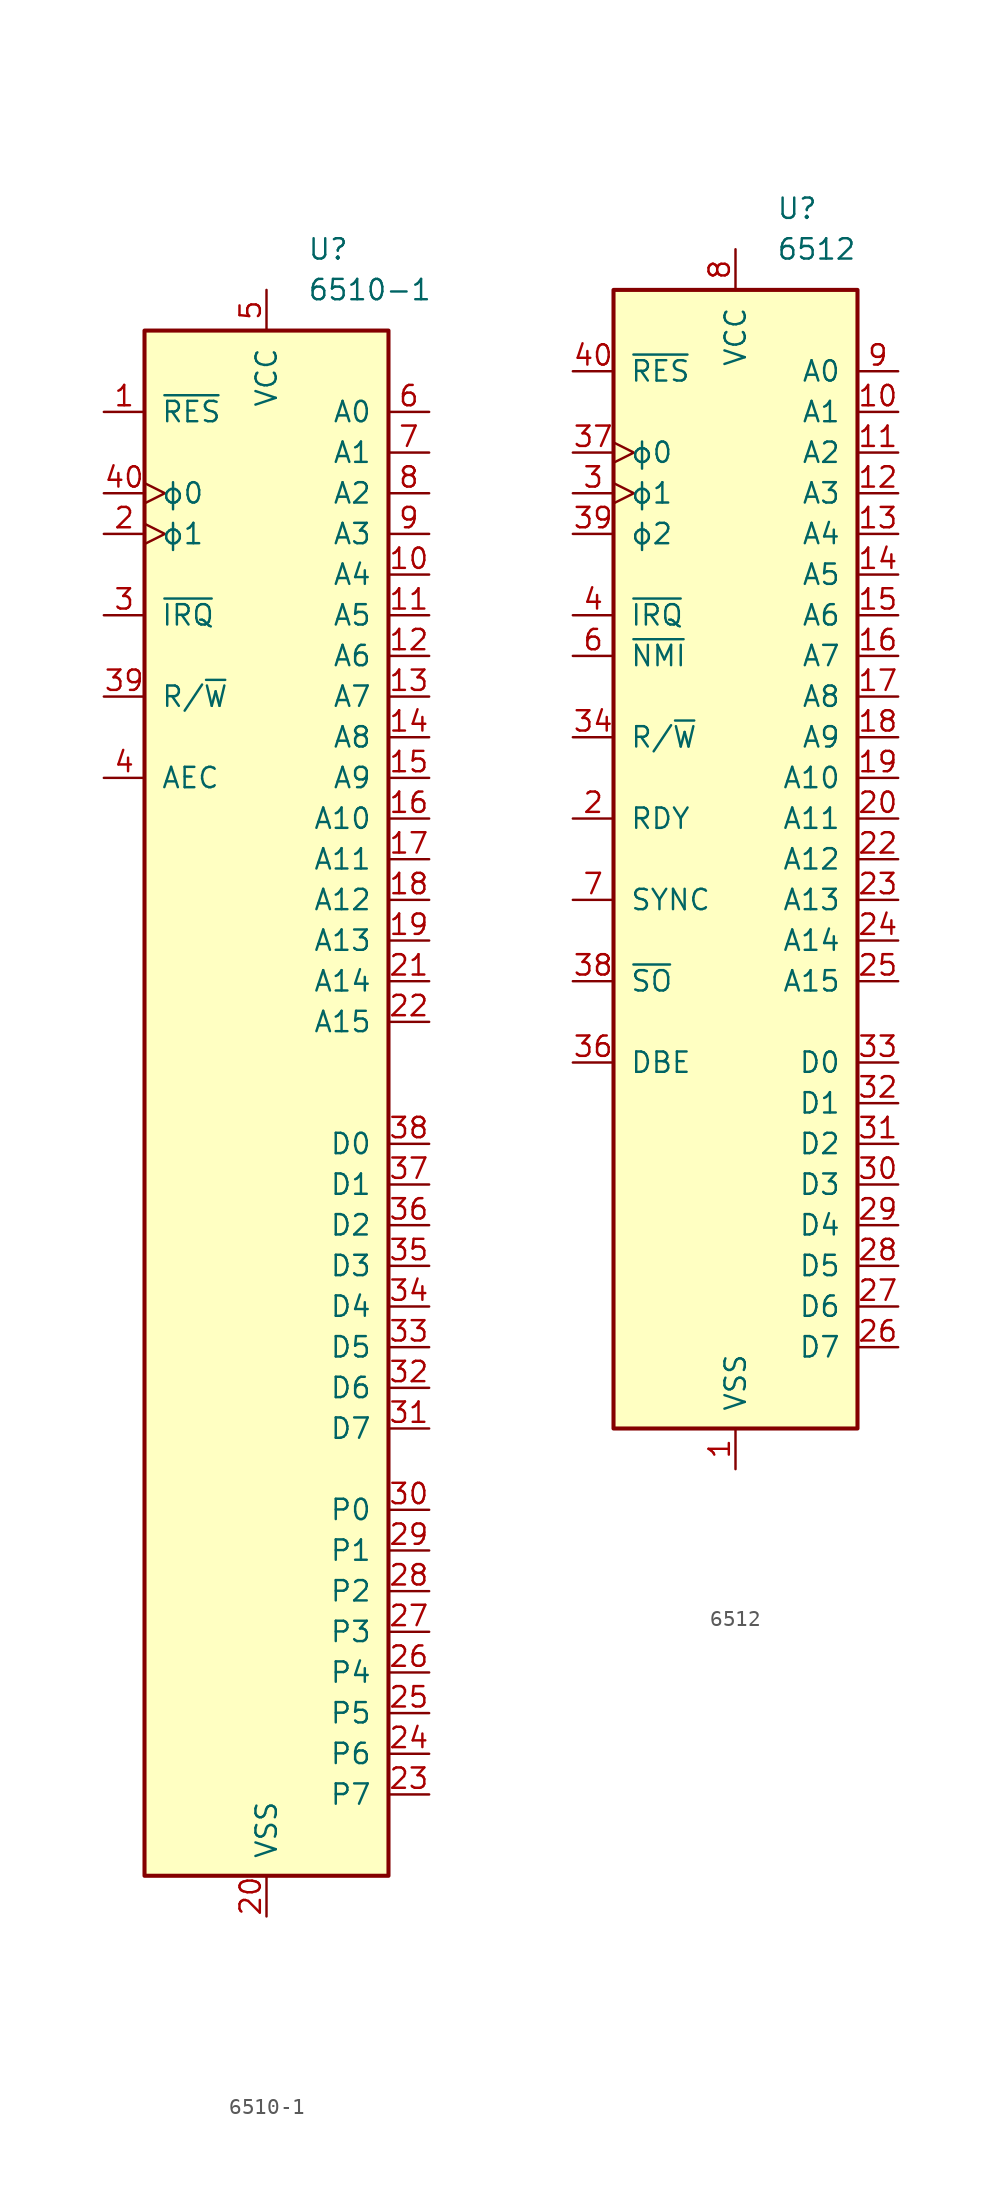
<source format=kicad_sym>
(kicad_symbol_lib
  (version 20211014)
  (generator kicad_symbol_editor)
  (symbol "6510-1"
    (pin_names
      (offset 1.016))
    (property "Reference" "U"
      (at 2.54 53.34 0)
      (effects (font (size 1.27 1.27)) (justify left)))
    (property "Value" "6510-1"
      (at 2.54 50.8 0)
      (effects (font (size 1.27 1.27)) (justify left)))
    (symbol "6510-1_0_1"
      (rectangle (start -7.62 48.26) (end 7.62 -48.26) (stroke (width 0.254) (type default) (color 0 0 0 0)) (fill (type background))))
    (symbol "6510-1_1_1"
      (pin input line (at -10.16 43.18 0) (length 2.54) (name "~{RES}" (effects (font (size 1.27 1.27)))) (number "1" (effects (font (size 1.27 1.27)))))
      (pin tri_state line (at 10.16 33.02 180) (length 2.54) (name "A4" (effects (font (size 1.27 1.27)))) (number "10" (effects (font (size 1.27 1.27)))))
      (pin tri_state line (at 10.16 30.48 180) (length 2.54) (name "A5" (effects (font (size 1.27 1.27)))) (number "11" (effects (font (size 1.27 1.27)))))
      (pin tri_state line (at 10.16 27.94 180) (length 2.54) (name "A6" (effects (font (size 1.27 1.27)))) (number "12" (effects (font (size 1.27 1.27)))))
      (pin tri_state line (at 10.16 25.4 180) (length 2.54) (name "A7" (effects (font (size 1.27 1.27)))) (number "13" (effects (font (size 1.27 1.27)))))
      (pin tri_state line (at 10.16 22.86 180) (length 2.54) (name "A8" (effects (font (size 1.27 1.27)))) (number "14" (effects (font (size 1.27 1.27)))))
      (pin tri_state line (at 10.16 20.32 180) (length 2.54) (name "A9" (effects (font (size 1.27 1.27)))) (number "15" (effects (font (size 1.27 1.27)))))
      (pin tri_state line (at 10.16 17.78 180) (length 2.54) (name "A10" (effects (font (size 1.27 1.27)))) (number "16" (effects (font (size 1.27 1.27)))))
      (pin tri_state line (at 10.16 15.24 180) (length 2.54) (name "A11" (effects (font (size 1.27 1.27)))) (number "17" (effects (font (size 1.27 1.27)))))
      (pin tri_state line (at 10.16 12.7 180) (length 2.54) (name "A12" (effects (font (size 1.27 1.27)))) (number "18" (effects (font (size 1.27 1.27)))))
      (pin tri_state line (at 10.16 10.16 180) (length 2.54) (name "A13" (effects (font (size 1.27 1.27)))) (number "19" (effects (font (size 1.27 1.27)))))
      (pin input clock (at -10.16 35.56 0) (length 2.54) (name "ϕ1" (effects (font (size 1.27 1.27)))) (number "2" (effects (font (size 1.27 1.27)))))
      (pin power_in line (at 0 -50.8 90) (length 2.54) (name "VSS" (effects (font (size 1.27 1.27)))) (number "20" (effects (font (size 1.27 1.27)))))
      (pin tri_state line (at 10.16 7.62 180) (length 2.54) (name "A14" (effects (font (size 1.27 1.27)))) (number "21" (effects (font (size 1.27 1.27)))))
      (pin tri_state line (at 10.16 5.08 180) (length 2.54) (name "A15" (effects (font (size 1.27 1.27)))) (number "22" (effects (font (size 1.27 1.27)))))
      (pin bidirectional line (at 10.16 -43.18 180) (length 2.54) (name "P7" (effects (font (size 1.27 1.27)))) (number "23" (effects (font (size 1.27 1.27)))))
      (pin bidirectional line (at 10.16 -40.64 180) (length 2.54) (name "P6" (effects (font (size 1.27 1.27)))) (number "24" (effects (font (size 1.27 1.27)))))
      (pin bidirectional line (at 10.16 -38.1 180) (length 2.54) (name "P5" (effects (font (size 1.27 1.27)))) (number "25" (effects (font (size 1.27 1.27)))))
      (pin bidirectional line (at 10.16 -35.56 180) (length 2.54) (name "P4" (effects (font (size 1.27 1.27)))) (number "26" (effects (font (size 1.27 1.27)))))
      (pin bidirectional line (at 10.16 -33.02 180) (length 2.54) (name "P3" (effects (font (size 1.27 1.27)))) (number "27" (effects (font (size 1.27 1.27)))))
      (pin bidirectional line (at 10.16 -30.48 180) (length 2.54) (name "P2" (effects (font (size 1.27 1.27)))) (number "28" (effects (font (size 1.27 1.27)))))
      (pin bidirectional line (at 10.16 -27.94 180) (length 2.54) (name "P1" (effects (font (size 1.27 1.27)))) (number "29" (effects (font (size 1.27 1.27)))))
      (pin input line (at -10.16 30.48 0) (length 2.54) (name "~{IRQ}" (effects (font (size 1.27 1.27)))) (number "3" (effects (font (size 1.27 1.27)))))
      (pin bidirectional line (at 10.16 -25.4 180) (length 2.54) (name "P0" (effects (font (size 1.27 1.27)))) (number "30" (effects (font (size 1.27 1.27)))))
      (pin bidirectional line (at 10.16 -20.32 180) (length 2.54) (name "D7" (effects (font (size 1.27 1.27)))) (number "31" (effects (font (size 1.27 1.27)))))
      (pin bidirectional line (at 10.16 -17.78 180) (length 2.54) (name "D6" (effects (font (size 1.27 1.27)))) (number "32" (effects (font (size 1.27 1.27)))))
      (pin bidirectional line (at 10.16 -15.24 180) (length 2.54) (name "D5" (effects (font (size 1.27 1.27)))) (number "33" (effects (font (size 1.27 1.27)))))
      (pin bidirectional line (at 10.16 -12.7 180) (length 2.54) (name "D4" (effects (font (size 1.27 1.27)))) (number "34" (effects (font (size 1.27 1.27)))))
      (pin bidirectional line (at 10.16 -10.16 180) (length 2.54) (name "D3" (effects (font (size 1.27 1.27)))) (number "35" (effects (font (size 1.27 1.27)))))
      (pin bidirectional line (at 10.16 -7.62 180) (length 2.54) (name "D2" (effects (font (size 1.27 1.27)))) (number "36" (effects (font (size 1.27 1.27)))))
      (pin bidirectional line (at 10.16 -5.08 180) (length 2.54) (name "D1" (effects (font (size 1.27 1.27)))) (number "37" (effects (font (size 1.27 1.27)))))
      (pin bidirectional line (at 10.16 -2.54 180) (length 2.54) (name "D0" (effects (font (size 1.27 1.27)))) (number "38" (effects (font (size 1.27 1.27)))))
      (pin tri_state line (at -10.16 25.4 0) (length 2.54) (name "R/~{W}" (effects (font (size 1.27 1.27)))) (number "39" (effects (font (size 1.27 1.27)))))
      (pin input line (at -10.16 20.32 0) (length 2.54) (name "AEC" (effects (font (size 1.27 1.27)))) (number "4" (effects (font (size 1.27 1.27)))))
      (pin input clock (at -10.16 38.1 0) (length 2.54) (name "ϕ0" (effects (font (size 1.27 1.27)))) (number "40" (effects (font (size 1.27 1.27)))))
      (pin power_in line (at 0 50.8 270) (length 2.54) (name "VCC" (effects (font (size 1.27 1.27)))) (number "5" (effects (font (size 1.27 1.27)))))
      (pin tri_state line (at 10.16 43.18 180) (length 2.54) (name "A0" (effects (font (size 1.27 1.27)))) (number "6" (effects (font (size 1.27 1.27)))))
      (pin tri_state line (at 10.16 40.64 180) (length 2.54) (name "A1" (effects (font (size 1.27 1.27)))) (number "7" (effects (font (size 1.27 1.27)))))
      (pin tri_state line (at 10.16 38.1 180) (length 2.54) (name "A2" (effects (font (size 1.27 1.27)))) (number "8" (effects (font (size 1.27 1.27)))))
      (pin tri_state line (at 10.16 35.56 180) (length 2.54) (name "A3" (effects (font (size 1.27 1.27)))) (number "9" (effects (font (size 1.27 1.27)))))))
  (symbol "6512"
    (pin_names
      (offset 1.016))
    (property "Reference" "U"
      (at 2.54 40.64 0)
      (effects (font (size 1.27 1.27)) (justify left)))
    (property "Value" "6512"
      (at 2.54 38.1 0)
      (effects (font (size 1.27 1.27)) (justify left)))
    (symbol "6512_0_1"
      (rectangle (start -7.62 35.56) (end 7.62 -35.56) (stroke (width 0.254) (type default) (color 0 0 0 0)) (fill (type background))))
    (symbol "6512_1_1"
      (pin power_in line (at 0 -38.1 90) (length 2.54) (name "VSS" (effects (font (size 1.27 1.27)))) (number "1" (effects (font (size 1.27 1.27)))))
      (pin output line (at 10.16 27.94 180) (length 2.54) (name "A1" (effects (font (size 1.27 1.27)))) (number "10" (effects (font (size 1.27 1.27)))))
      (pin output line (at 10.16 25.4 180) (length 2.54) (name "A2" (effects (font (size 1.27 1.27)))) (number "11" (effects (font (size 1.27 1.27)))))
      (pin output line (at 10.16 22.86 180) (length 2.54) (name "A3" (effects (font (size 1.27 1.27)))) (number "12" (effects (font (size 1.27 1.27)))))
      (pin output line (at 10.16 20.32 180) (length 2.54) (name "A4" (effects (font (size 1.27 1.27)))) (number "13" (effects (font (size 1.27 1.27)))))
      (pin output line (at 10.16 17.78 180) (length 2.54) (name "A5" (effects (font (size 1.27 1.27)))) (number "14" (effects (font (size 1.27 1.27)))))
      (pin output line (at 10.16 15.24 180) (length 2.54) (name "A6" (effects (font (size 1.27 1.27)))) (number "15" (effects (font (size 1.27 1.27)))))
      (pin output line (at 10.16 12.7 180) (length 2.54) (name "A7" (effects (font (size 1.27 1.27)))) (number "16" (effects (font (size 1.27 1.27)))))
      (pin output line (at 10.16 10.16 180) (length 2.54) (name "A8" (effects (font (size 1.27 1.27)))) (number "17" (effects (font (size 1.27 1.27)))))
      (pin output line (at 10.16 7.62 180) (length 2.54) (name "A9" (effects (font (size 1.27 1.27)))) (number "18" (effects (font (size 1.27 1.27)))))
      (pin output line (at 10.16 5.08 180) (length 2.54) (name "A10" (effects (font (size 1.27 1.27)))) (number "19" (effects (font (size 1.27 1.27)))))
      (pin input line (at -10.16 2.54 0) (length 2.54) (name "RDY" (effects (font (size 1.27 1.27)))) (number "2" (effects (font (size 1.27 1.27)))))
      (pin output line (at 10.16 2.54 180) (length 2.54) (name "A11" (effects (font (size 1.27 1.27)))) (number "20" (effects (font (size 1.27 1.27)))))
      (pin passive line (at 0 -38.1 90) (length 2.54) hide (name "VSS" (effects (font (size 1.27 1.27)))) (number "21" (effects (font (size 1.27 1.27)))))
      (pin output line (at 10.16 0 180) (length 2.54) (name "A12" (effects (font (size 1.27 1.27)))) (number "22" (effects (font (size 1.27 1.27)))))
      (pin output line (at 10.16 -2.54 180) (length 2.54) (name "A13" (effects (font (size 1.27 1.27)))) (number "23" (effects (font (size 1.27 1.27)))))
      (pin output line (at 10.16 -5.08 180) (length 2.54) (name "A14" (effects (font (size 1.27 1.27)))) (number "24" (effects (font (size 1.27 1.27)))))
      (pin output line (at 10.16 -7.62 180) (length 2.54) (name "A15" (effects (font (size 1.27 1.27)))) (number "25" (effects (font (size 1.27 1.27)))))
      (pin bidirectional line (at 10.16 -30.48 180) (length 2.54) (name "D7" (effects (font (size 1.27 1.27)))) (number "26" (effects (font (size 1.27 1.27)))))
      (pin bidirectional line (at 10.16 -27.94 180) (length 2.54) (name "D6" (effects (font (size 1.27 1.27)))) (number "27" (effects (font (size 1.27 1.27)))))
      (pin bidirectional line (at 10.16 -25.4 180) (length 2.54) (name "D5" (effects (font (size 1.27 1.27)))) (number "28" (effects (font (size 1.27 1.27)))))
      (pin bidirectional line (at 10.16 -22.86 180) (length 2.54) (name "D4" (effects (font (size 1.27 1.27)))) (number "29" (effects (font (size 1.27 1.27)))))
      (pin input clock (at -10.16 22.86 0) (length 2.54) (name "ϕ1" (effects (font (size 1.27 1.27)))) (number "3" (effects (font (size 1.27 1.27)))))
      (pin bidirectional line (at 10.16 -20.32 180) (length 2.54) (name "D3" (effects (font (size 1.27 1.27)))) (number "30" (effects (font (size 1.27 1.27)))))
      (pin bidirectional line (at 10.16 -17.78 180) (length 2.54) (name "D2" (effects (font (size 1.27 1.27)))) (number "31" (effects (font (size 1.27 1.27)))))
      (pin bidirectional line (at 10.16 -15.24 180) (length 2.54) (name "D1" (effects (font (size 1.27 1.27)))) (number "32" (effects (font (size 1.27 1.27)))))
      (pin bidirectional line (at 10.16 -12.7 180) (length 2.54) (name "D0" (effects (font (size 1.27 1.27)))) (number "33" (effects (font (size 1.27 1.27)))))
      (pin output line (at -10.16 7.62 0) (length 2.54) (name "R/~{W}" (effects (font (size 1.27 1.27)))) (number "34" (effects (font (size 1.27 1.27)))))
      (pin no_connect non_logic (at -10.16 -27.94 0) (length 2.54) hide (name "nc" (effects (font (size 1.27 1.27)))) (number "35" (effects (font (size 1.27 1.27)))))
      (pin input line (at -10.16 -12.7 0) (length 2.54) (name "DBE" (effects (font (size 1.27 1.27)))) (number "36" (effects (font (size 1.27 1.27)))))
      (pin input clock (at -10.16 25.4 0) (length 2.54) (name "ϕ0" (effects (font (size 1.27 1.27)))) (number "37" (effects (font (size 1.27 1.27)))))
      (pin input line (at -10.16 -7.62 0) (length 2.54) (name "~{SO}" (effects (font (size 1.27 1.27)))) (number "38" (effects (font (size 1.27 1.27)))))
      (pin output line (at -10.16 20.32 0) (length 2.54) (name "ϕ2" (effects (font (size 1.27 1.27)))) (number "39" (effects (font (size 1.27 1.27)))))
      (pin input line (at -10.16 15.24 0) (length 2.54) (name "~{IRQ}" (effects (font (size 1.27 1.27)))) (number "4" (effects (font (size 1.27 1.27)))))
      (pin input line (at -10.16 30.48 0) (length 2.54) (name "~{RES}" (effects (font (size 1.27 1.27)))) (number "40" (effects (font (size 1.27 1.27)))))
      (pin passive line (at 0 -38.1 90) (length 2.54) hide (name "VSS" (effects (font (size 1.27 1.27)))) (number "5" (effects (font (size 1.27 1.27)))))
      (pin input line (at -10.16 12.7 0) (length 2.54) (name "~{NMI}" (effects (font (size 1.27 1.27)))) (number "6" (effects (font (size 1.27 1.27)))))
      (pin output line (at -10.16 -2.54 0) (length 2.54) (name "SYNC" (effects (font (size 1.27 1.27)))) (number "7" (effects (font (size 1.27 1.27)))))
      (pin power_in line (at 0 38.1 270) (length 2.54) (name "VCC" (effects (font (size 1.27 1.27)))) (number "8" (effects (font (size 1.27 1.27)))))
      (pin output line (at 10.16 30.48 180) (length 2.54) (name "A0" (effects (font (size 1.27 1.27)))) (number "9" (effects (font (size 1.27 1.27))))))))
</source>
